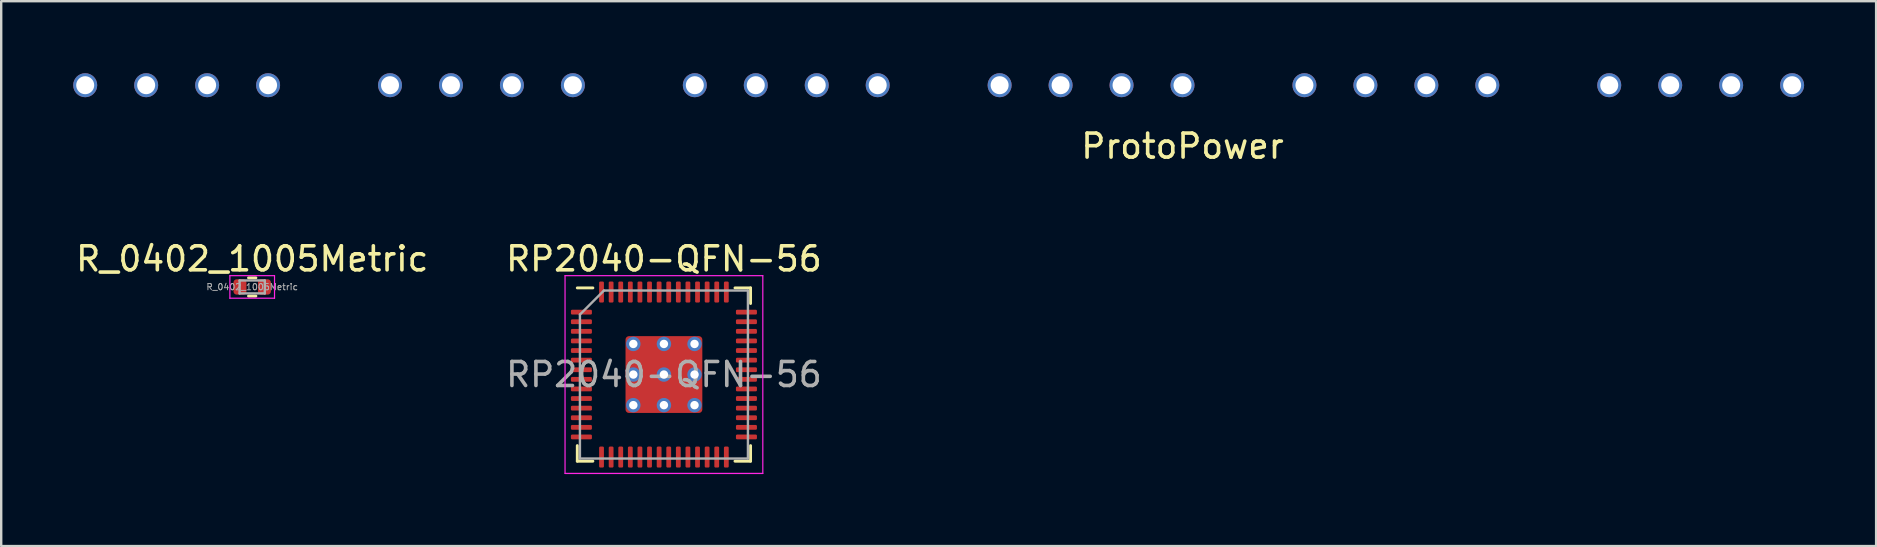
<source format=kicad_pcb>
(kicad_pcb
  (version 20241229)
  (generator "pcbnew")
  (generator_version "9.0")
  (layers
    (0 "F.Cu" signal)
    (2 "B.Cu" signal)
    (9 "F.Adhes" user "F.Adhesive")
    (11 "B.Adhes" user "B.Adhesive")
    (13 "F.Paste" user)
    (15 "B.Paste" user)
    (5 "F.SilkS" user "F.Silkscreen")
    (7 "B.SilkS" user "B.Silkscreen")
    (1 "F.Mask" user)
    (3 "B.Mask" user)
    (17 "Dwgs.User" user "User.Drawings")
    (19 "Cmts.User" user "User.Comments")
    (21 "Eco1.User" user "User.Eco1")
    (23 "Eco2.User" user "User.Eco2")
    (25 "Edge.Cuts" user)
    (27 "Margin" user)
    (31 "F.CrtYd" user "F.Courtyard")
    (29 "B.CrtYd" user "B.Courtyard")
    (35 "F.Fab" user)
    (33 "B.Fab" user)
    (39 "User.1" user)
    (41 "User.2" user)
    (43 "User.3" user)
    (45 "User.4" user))
  (footprint "R_0402_1005Metric"
    (layer "F.Cu")
    (at 7.458 8.906)
    (property "Reference" "R_0402_1005Metric" (at 0 -1.17 0) (layer "F.SilkS") (effects (font (size 1 1) (thickness 0.15))))
    (attr smd)
    (fp_line (start -0.154 -0.38) (end 0.154 -0.38) (stroke (width 0.12) (type solid)) (layer "F.SilkS"))
    (fp_line (start -0.154 0.38) (end 0.154 0.38) (stroke (width 0.12) (type solid)) (layer "F.SilkS"))
    (fp_line (start -0.93 -0.47) (end 0.93 -0.47) (stroke (width 0.05) (type solid)) (layer "F.CrtYd"))
    (fp_line (start -0.93 0.47) (end -0.93 -0.47) (stroke (width 0.05) (type solid)) (layer "F.CrtYd"))
    (fp_line (start 0.93 -0.47) (end 0.93 0.47) (stroke (width 0.05) (type solid)) (layer "F.CrtYd"))
    (fp_line (start 0.93 0.47) (end -0.93 0.47) (stroke (width 0.05) (type solid)) (layer "F.CrtYd"))
    (fp_line (start -0.525 -0.27) (end 0.525 -0.27) (stroke (width 0.1) (type solid)) (layer "F.Fab"))
    (fp_line (start -0.525 0.27) (end -0.525 -0.27) (stroke (width 0.1) (type solid)) (layer "F.Fab"))
    (fp_line (start 0.525 -0.27) (end 0.525 0.27) (stroke (width 0.1) (type solid)) (layer "F.Fab"))
    (fp_line (start 0.525 0.27) (end -0.525 0.27) (stroke (width 0.1) (type solid)) (layer "F.Fab"))
    (fp_text user "${REFERENCE}" (at 0 0 0) (layer "F.Fab") (effects (font (size 0.26 0.26) (thickness 0.04))))
    (pad "1" smd roundrect (at -0.51 0 180) (size 0.54 0.64) (layers "F.Cu" "F.Mask" "F.Paste") (roundrect_rratio 0.25))
    (pad "2" smd roundrect (at 0.51 0 180) (size 0.54 0.64) (layers "F.Cu" "F.Mask" "F.Paste") (roundrect_rratio 0.25)))
  (footprint "RP2040-QFN-56"
    (layer "F.Cu")
    (at 24.613 12.556)
    (property "Reference" "RP2040-QFN-56" (at 0 -4.82 0) (layer "F.SilkS") (effects (font (size 1 1) (thickness 0.15))))
    (attr smd)
    (fp_line (start -3.61 3.61) (end -3.61 2.96) (stroke (width 0.12) (type solid)) (layer "F.SilkS"))
    (fp_line (start -2.96 -3.61) (end -3.61 -3.61) (stroke (width 0.12) (type solid)) (layer "F.SilkS"))
    (fp_line (start -2.96 3.61) (end -3.61 3.61) (stroke (width 0.12) (type solid)) (layer "F.SilkS"))
    (fp_line (start 2.96 -3.61) (end 3.61 -3.61) (stroke (width 0.12) (type solid)) (layer "F.SilkS"))
    (fp_line (start 2.96 3.61) (end 3.61 3.61) (stroke (width 0.12) (type solid)) (layer "F.SilkS"))
    (fp_line (start 3.61 -3.61) (end 3.61 -2.96) (stroke (width 0.12) (type solid)) (layer "F.SilkS"))
    (fp_line (start 3.61 3.61) (end 3.61 2.96) (stroke (width 0.12) (type solid)) (layer "F.SilkS"))
    (fp_line (start -4.12 -4.12) (end -4.12 4.12) (stroke (width 0.05) (type solid)) (layer "F.CrtYd"))
    (fp_line (start -4.12 4.12) (end 4.12 4.12) (stroke (width 0.05) (type solid)) (layer "F.CrtYd"))
    (fp_line (start 4.12 -4.12) (end -4.12 -4.12) (stroke (width 0.05) (type solid)) (layer "F.CrtYd"))
    (fp_line (start 4.12 4.12) (end 4.12 -4.12) (stroke (width 0.05) (type solid)) (layer "F.CrtYd"))
    (fp_line (start -3.5 -2.5) (end -2.5 -3.5) (stroke (width 0.1) (type solid)) (layer "F.Fab"))
    (fp_line (start -3.5 3.5) (end -3.5 -2.5) (stroke (width 0.1) (type solid)) (layer "F.Fab"))
    (fp_line (start -2.5 -3.5) (end 3.5 -3.5) (stroke (width 0.1) (type solid)) (layer "F.Fab"))
    (fp_line (start 3.5 -3.5) (end 3.5 3.5) (stroke (width 0.1) (type solid)) (layer "F.Fab"))
    (fp_line (start 3.5 3.5) (end -3.5 3.5) (stroke (width 0.1) (type solid)) (layer "F.Fab"))
    (fp_text user "${REFERENCE}" (at 0 0 0) (layer "F.Fab") (effects (font (size 1 1) (thickness 0.15))))
    (pad "" smd roundrect (at -0.637 -0.637) (size 1.084 1.084) (layers "F.Paste") (roundrect_rratio 0.231))
    (pad "" smd roundrect (at -0.637 0.637) (size 1.084 1.084) (layers "F.Paste") (roundrect_rratio 0.231))
    (pad "" smd roundrect (at 0.637 -0.637) (size 1.084 1.084) (layers "F.Paste") (roundrect_rratio 0.231))
    (pad "" smd roundrect (at 0.637 0.637) (size 1.084 1.084) (layers "F.Paste") (roundrect_rratio 0.231))
    (pad "1" smd roundrect (at -3.438 -2.6) (size 0.875 0.2) (layers "F.Cu" "F.Mask" "F.Paste") (roundrect_rratio 0.25))
    (pad "2" smd roundrect (at -3.438 -2.2) (size 0.875 0.2) (layers "F.Cu" "F.Mask" "F.Paste") (roundrect_rratio 0.25))
    (pad "3" smd roundrect (at -3.438 -1.8) (size 0.875 0.2) (layers "F.Cu" "F.Mask" "F.Paste") (roundrect_rratio 0.25))
    (pad "4" smd roundrect (at -3.438 -1.4) (size 0.875 0.2) (layers "F.Cu" "F.Mask" "F.Paste") (roundrect_rratio 0.25))
    (pad "5" smd roundrect (at -3.438 -1) (size 0.875 0.2) (layers "F.Cu" "F.Mask" "F.Paste") (roundrect_rratio 0.25))
    (pad "6" smd roundrect (at -3.438 -0.6) (size 0.875 0.2) (layers "F.Cu" "F.Mask" "F.Paste") (roundrect_rratio 0.25))
    (pad "7" smd roundrect (at -3.438 -0.2) (size 0.875 0.2) (layers "F.Cu" "F.Mask" "F.Paste") (roundrect_rratio 0.25))
    (pad "8" smd roundrect (at -3.438 0.2) (size 0.875 0.2) (layers "F.Cu" "F.Mask" "F.Paste") (roundrect_rratio 0.25))
    (pad "9" smd roundrect (at -3.438 0.6) (size 0.875 0.2) (layers "F.Cu" "F.Mask" "F.Paste") (roundrect_rratio 0.25))
    (pad "10" smd roundrect (at -3.438 1) (size 0.875 0.2) (layers "F.Cu" "F.Mask" "F.Paste") (roundrect_rratio 0.25))
    (pad "11" smd roundrect (at -3.438 1.4) (size 0.875 0.2) (layers "F.Cu" "F.Mask" "F.Paste") (roundrect_rratio 0.25))
    (pad "12" smd roundrect (at -3.438 1.8) (size 0.875 0.2) (layers "F.Cu" "F.Mask" "F.Paste") (roundrect_rratio 0.25))
    (pad "13" smd roundrect (at -3.438 2.2) (size 0.875 0.2) (layers "F.Cu" "F.Mask" "F.Paste") (roundrect_rratio 0.25))
    (pad "14" smd roundrect (at -3.438 2.6) (size 0.875 0.2) (layers "F.Cu" "F.Mask" "F.Paste") (roundrect_rratio 0.25))
    (pad "15" smd roundrect (at -2.6 3.438) (size 0.2 0.875) (layers "F.Cu" "F.Mask" "F.Paste") (roundrect_rratio 0.25))
    (pad "16" smd roundrect (at -2.2 3.438) (size 0.2 0.875) (layers "F.Cu" "F.Mask" "F.Paste") (roundrect_rratio 0.25))
    (pad "17" smd roundrect (at -1.8 3.438) (size 0.2 0.875) (layers "F.Cu" "F.Mask" "F.Paste") (roundrect_rratio 0.25))
    (pad "18" smd roundrect (at -1.4 3.438) (size 0.2 0.875) (layers "F.Cu" "F.Mask" "F.Paste") (roundrect_rratio 0.25))
    (pad "19" smd roundrect (at -1 3.438) (size 0.2 0.875) (layers "F.Cu" "F.Mask" "F.Paste") (roundrect_rratio 0.25))
    (pad "20" smd roundrect (at -0.6 3.438) (size 0.2 0.875) (layers "F.Cu" "F.Mask" "F.Paste") (roundrect_rratio 0.25))
    (pad "21" smd roundrect (at -0.2 3.438) (size 0.2 0.875) (layers "F.Cu" "F.Mask" "F.Paste") (roundrect_rratio 0.25))
    (pad "22" smd roundrect (at 0.2 3.438) (size 0.2 0.875) (layers "F.Cu" "F.Mask" "F.Paste") (roundrect_rratio 0.25))
    (pad "23" smd roundrect (at 0.6 3.438) (size 0.2 0.875) (layers "F.Cu" "F.Mask" "F.Paste") (roundrect_rratio 0.25))
    (pad "24" smd roundrect (at 1 3.438) (size 0.2 0.875) (layers "F.Cu" "F.Mask" "F.Paste") (roundrect_rratio 0.25))
    (pad "25" smd roundrect (at 1.4 3.438) (size 0.2 0.875) (layers "F.Cu" "F.Mask" "F.Paste") (roundrect_rratio 0.25))
    (pad "26" smd roundrect (at 1.8 3.438) (size 0.2 0.875) (layers "F.Cu" "F.Mask" "F.Paste") (roundrect_rratio 0.25))
    (pad "27" smd roundrect (at 2.2 3.438) (size 0.2 0.875) (layers "F.Cu" "F.Mask" "F.Paste") (roundrect_rratio 0.25))
    (pad "28" smd roundrect (at 2.6 3.438) (size 0.2 0.875) (layers "F.Cu" "F.Mask" "F.Paste") (roundrect_rratio 0.25))
    (pad "29" smd roundrect (at 3.438 2.6) (size 0.875 0.2) (layers "F.Cu" "F.Mask" "F.Paste") (roundrect_rratio 0.25))
    (pad "30" smd roundrect (at 3.438 2.2) (size 0.875 0.2) (layers "F.Cu" "F.Mask" "F.Paste") (roundrect_rratio 0.25))
    (pad "31" smd roundrect (at 3.438 1.8) (size 0.875 0.2) (layers "F.Cu" "F.Mask" "F.Paste") (roundrect_rratio 0.25))
    (pad "32" smd roundrect (at 3.438 1.4) (size 0.875 0.2) (layers "F.Cu" "F.Mask" "F.Paste") (roundrect_rratio 0.25))
    (pad "33" smd roundrect (at 3.438 1) (size 0.875 0.2) (layers "F.Cu" "F.Mask" "F.Paste") (roundrect_rratio 0.25))
    (pad "34" smd roundrect (at 3.438 0.6) (size 0.875 0.2) (layers "F.Cu" "F.Mask" "F.Paste") (roundrect_rratio 0.25))
    (pad "35" smd roundrect (at 3.438 0.2) (size 0.875 0.2) (layers "F.Cu" "F.Mask" "F.Paste") (roundrect_rratio 0.25))
    (pad "36" smd roundrect (at 3.438 -0.2) (size 0.875 0.2) (layers "F.Cu" "F.Mask" "F.Paste") (roundrect_rratio 0.25))
    (pad "37" smd roundrect (at 3.438 -0.6) (size 0.875 0.2) (layers "F.Cu" "F.Mask" "F.Paste") (roundrect_rratio 0.25))
    (pad "38" smd roundrect (at 3.438 -1) (size 0.875 0.2) (layers "F.Cu" "F.Mask" "F.Paste") (roundrect_rratio 0.25))
    (pad "39" smd roundrect (at 3.438 -1.4) (size 0.875 0.2) (layers "F.Cu" "F.Mask" "F.Paste") (roundrect_rratio 0.25))
    (pad "40" smd roundrect (at 3.438 -1.8) (size 0.875 0.2) (layers "F.Cu" "F.Mask" "F.Paste") (roundrect_rratio 0.25))
    (pad "41" smd roundrect (at 3.438 -2.2) (size 0.875 0.2) (layers "F.Cu" "F.Mask" "F.Paste") (roundrect_rratio 0.25))
    (pad "42" smd roundrect (at 3.438 -2.6) (size 0.875 0.2) (layers "F.Cu" "F.Mask" "F.Paste") (roundrect_rratio 0.25))
    (pad "43" smd roundrect (at 2.6 -3.438) (size 0.2 0.875) (layers "F.Cu" "F.Mask" "F.Paste") (roundrect_rratio 0.25))
    (pad "44" smd roundrect (at 2.2 -3.438) (size 0.2 0.875) (layers "F.Cu" "F.Mask" "F.Paste") (roundrect_rratio 0.25))
    (pad "45" smd roundrect (at 1.8 -3.438) (size 0.2 0.875) (layers "F.Cu" "F.Mask" "F.Paste") (roundrect_rratio 0.25))
    (pad "46" smd roundrect (at 1.4 -3.438) (size 0.2 0.875) (layers "F.Cu" "F.Mask" "F.Paste") (roundrect_rratio 0.25))
    (pad "47" smd roundrect (at 1 -3.438) (size 0.2 0.875) (layers "F.Cu" "F.Mask" "F.Paste") (roundrect_rratio 0.25))
    (pad "48" smd roundrect (at 0.6 -3.438) (size 0.2 0.875) (layers "F.Cu" "F.Mask" "F.Paste") (roundrect_rratio 0.25))
    (pad "49" smd roundrect (at 0.2 -3.438) (size 0.2 0.875) (layers "F.Cu" "F.Mask" "F.Paste") (roundrect_rratio 0.25))
    (pad "50" smd roundrect (at -0.2 -3.438) (size 0.2 0.875) (layers "F.Cu" "F.Mask" "F.Paste") (roundrect_rratio 0.25))
    (pad "51" smd roundrect (at -0.6 -3.438) (size 0.2 0.875) (layers "F.Cu" "F.Mask" "F.Paste") (roundrect_rratio 0.25))
    (pad "52" smd roundrect (at -1 -3.438) (size 0.2 0.875) (layers "F.Cu" "F.Mask" "F.Paste") (roundrect_rratio 0.25))
    (pad "53" smd roundrect (at -1.4 -3.438) (size 0.2 0.875) (layers "F.Cu" "F.Mask" "F.Paste") (roundrect_rratio 0.25))
    (pad "54" smd roundrect (at -1.8 -3.438) (size 0.2 0.875) (layers "F.Cu" "F.Mask" "F.Paste") (roundrect_rratio 0.25))
    (pad "55" smd roundrect (at -2.2 -3.438) (size 0.2 0.875) (layers "F.Cu" "F.Mask" "F.Paste") (roundrect_rratio 0.25))
    (pad "56" smd roundrect (at -2.6 -3.438) (size 0.2 0.875) (layers "F.Cu" "F.Mask" "F.Paste") (roundrect_rratio 0.25))
    (pad "57" thru_hole circle (at -1.275 -1.275) (size 0.6 0.6) (drill 0.35) (layers "*.Cu"))
    (pad "57" thru_hole circle (at -1.275 0) (size 0.6 0.6) (drill 0.35) (layers "*.Cu"))
    (pad "57" thru_hole circle (at -1.275 1.275) (size 0.6 0.6) (drill 0.35) (layers "*.Cu"))
    (pad "57" thru_hole circle (at 0 -1.275) (size 0.6 0.6) (drill 0.35) (layers "*.Cu"))
    (pad "57" thru_hole circle (at 0 0) (size 0.6 0.6) (drill 0.35) (layers "*.Cu"))
    (pad "57" smd roundrect (at 0 0) (size 3.2 3.2) (layers "F.Cu" "F.Mask") (roundrect_rratio 0.045))
    (pad "57" thru_hole circle (at 0 1.275) (size 0.6 0.6) (drill 0.35) (layers "*.Cu"))
    (pad "57" thru_hole circle (at 1.275 -1.275) (size 0.6 0.6) (drill 0.35) (layers "*.Cu"))
    (pad "57" thru_hole circle (at 1.275 0) (size 0.6 0.6) (drill 0.35) (layers "*.Cu"))
    (pad "57" thru_hole circle (at 1.275 1.275) (size 0.6 0.6) (drill 0.35) (layers "*.Cu")))
  (footprint "ProtoPower"
    (layer "F.Cu")
    (at 36.06 0.5)
    (property "Reference" "ProtoPower" (at 10.16 2.54 0) (unlocked yes) (layer "F.SilkS") (effects (font (size 1 1) (thickness 0.15))))
    (attr through_hole)
    (pad "1" thru_hole circle (at -35.56 0) (size 1 1) (drill 0.75) (layers "*.Cu" "*.Mask"))
    (pad "1" thru_hole circle (at -33.02 0) (size 1 1) (drill 0.75) (layers "*.Cu" "*.Mask"))
    (pad "1" thru_hole circle (at -30.48 0) (size 1 1) (drill 0.75) (layers "*.Cu" "*.Mask"))
    (pad "1" thru_hole circle (at -27.94 0) (size 1 1) (drill 0.75) (layers "*.Cu" "*.Mask"))
    (pad "1" thru_hole circle (at -22.86 0) (size 1 1) (drill 0.75) (layers "*.Cu" "*.Mask"))
    (pad "1" thru_hole circle (at -20.32 0) (size 1 1) (drill 0.75) (layers "*.Cu" "*.Mask"))
    (pad "1" thru_hole circle (at -17.78 0) (size 1 1) (drill 0.75) (layers "*.Cu" "*.Mask"))
    (pad "1" thru_hole circle (at -15.24 0) (size 1 1) (drill 0.75) (layers "*.Cu" "*.Mask"))
    (pad "1" thru_hole circle (at -10.16 0) (size 1 1) (drill 0.75) (layers "*.Cu" "*.Mask"))
    (pad "1" thru_hole circle (at -7.62 0) (size 1 1) (drill 0.75) (layers "*.Cu" "*.Mask"))
    (pad "1" thru_hole circle (at -5.08 0) (size 1 1) (drill 0.75) (layers "*.Cu" "*.Mask"))
    (pad "1" thru_hole circle (at -2.54 0) (size 1 1) (drill 0.75) (layers "*.Cu" "*.Mask"))
    (pad "1" thru_hole circle (at 2.54 0) (size 1 1) (drill 0.75) (layers "*.Cu" "*.Mask"))
    (pad "1" thru_hole circle (at 5.08 0) (size 1 1) (drill 0.75) (layers "*.Cu" "*.Mask"))
    (pad "1" thru_hole circle (at 7.62 0) (size 1 1) (drill 0.75) (layers "*.Cu" "*.Mask"))
    (pad "1" thru_hole circle (at 10.16 0) (size 1 1) (drill 0.75) (layers "*.Cu" "*.Mask"))
    (pad "1" thru_hole circle (at 15.24 0) (size 1 1) (drill 0.75) (layers "*.Cu" "*.Mask"))
    (pad "1" thru_hole circle (at 17.78 0) (size 1 1) (drill 0.75) (layers "*.Cu" "*.Mask"))
    (pad "1" thru_hole circle (at 20.32 0) (size 1 1) (drill 0.75) (layers "*.Cu" "*.Mask"))
    (pad "1" thru_hole circle (at 22.86 0) (size 1 1) (drill 0.75) (layers "*.Cu" "*.Mask"))
    (pad "1" thru_hole circle (at 27.94 0) (size 1 1) (drill 0.75) (layers "*.Cu" "*.Mask"))
    (pad "1" thru_hole circle (at 30.48 0) (size 1 1) (drill 0.75) (layers "*.Cu" "*.Mask"))
    (pad "1" thru_hole circle (at 33.02 0) (size 1 1) (drill 0.75) (layers "*.Cu" "*.Mask"))
    (pad "1" thru_hole circle (at 35.56 0) (size 1 1) (drill 0.75) (layers "*.Cu" "*.Mask")))
  (gr_rect
    (start -3 -3)
    (end 75.12 19.701)
    (stroke (width 0.1) (type default))
    (fill no)
    (layer "Edge.Cuts")))
</source>
